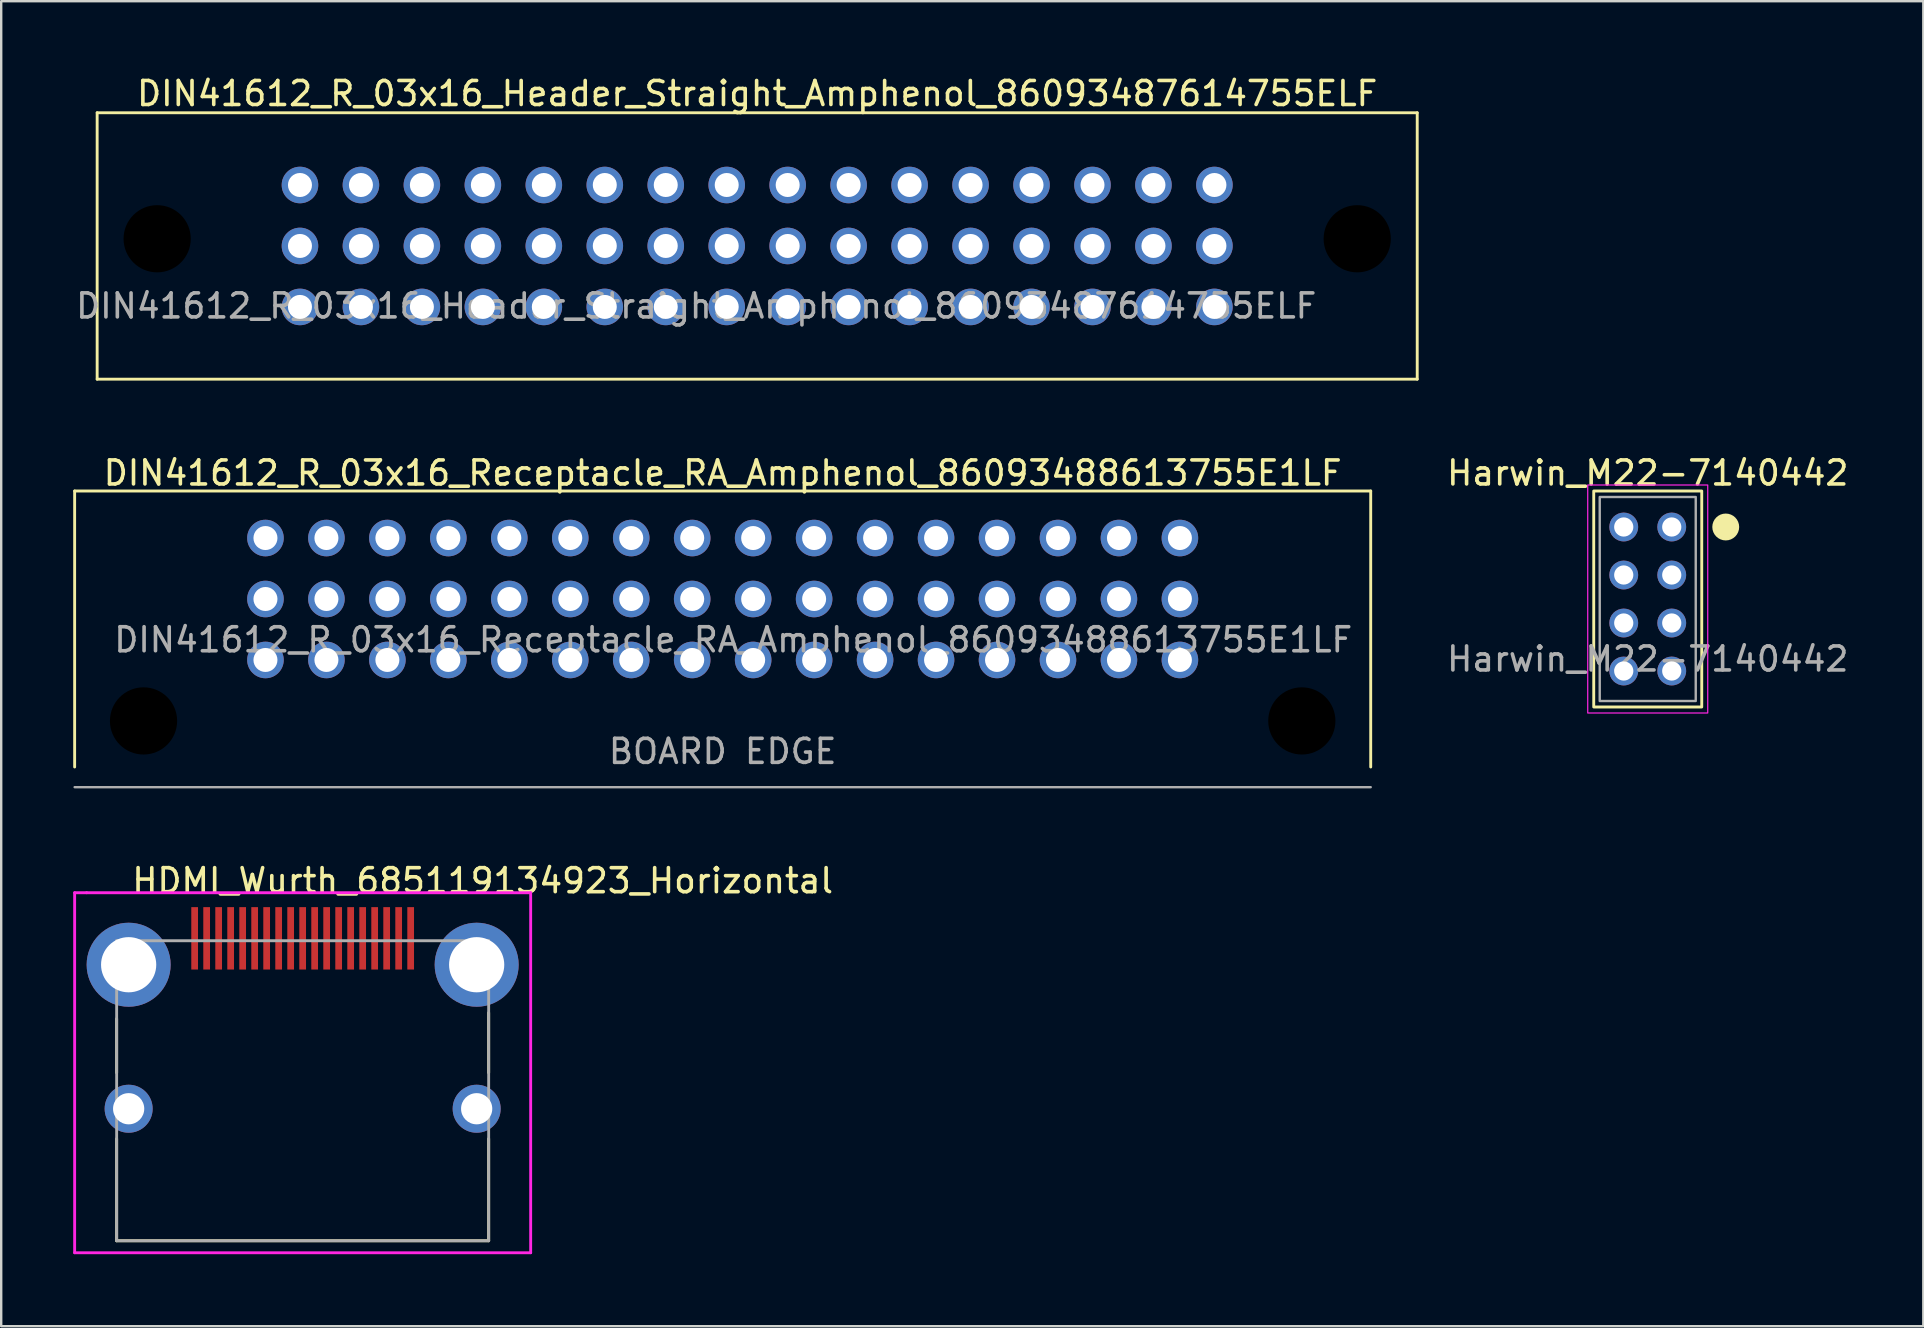
<source format=kicad_pcb>
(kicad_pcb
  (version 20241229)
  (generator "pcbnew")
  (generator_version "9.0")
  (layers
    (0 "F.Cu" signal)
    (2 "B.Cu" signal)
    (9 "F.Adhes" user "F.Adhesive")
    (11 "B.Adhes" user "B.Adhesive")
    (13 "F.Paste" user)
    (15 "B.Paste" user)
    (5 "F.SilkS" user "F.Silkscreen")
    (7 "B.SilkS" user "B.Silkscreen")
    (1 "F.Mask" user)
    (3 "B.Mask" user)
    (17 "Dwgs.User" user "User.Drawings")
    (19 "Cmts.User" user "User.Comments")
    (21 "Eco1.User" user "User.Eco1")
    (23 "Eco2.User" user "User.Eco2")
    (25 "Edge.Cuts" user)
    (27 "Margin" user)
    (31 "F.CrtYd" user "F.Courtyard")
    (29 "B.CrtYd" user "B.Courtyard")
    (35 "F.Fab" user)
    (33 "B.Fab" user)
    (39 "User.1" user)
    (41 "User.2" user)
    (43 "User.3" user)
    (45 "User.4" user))
  (footprint "HDMI_Wurth_685119134923_Horizontal"
    (layer "F.Cu")
    (at 9.56 43.145)
    (property "Reference" "HDMI_Wurth_685119134923_Horizontal" (at 7.5 -9.5 0) (layer "F.SilkS") (effects (font (size 1 1) (thickness 0.15))))
    (attr through_hole)
    (fp_line (start -7.75 -1.5) (end -7.75 -3.75) (stroke (width 0.12) (type solid)) (layer "F.SilkS"))
    (fp_line (start -7.75 5.5) (end -7.75 1.25) (stroke (width 0.12) (type solid)) (layer "F.SilkS"))
    (fp_line (start -7.75 5.5) (end 7.75 5.5) (stroke (width 0.12) (type solid)) (layer "F.SilkS"))
    (fp_line (start 7.75 -1.5) (end 7.75 -4) (stroke (width 0.12) (type solid)) (layer "F.SilkS"))
    (fp_line (start 7.75 5.5) (end 7.75 1.25) (stroke (width 0.12) (type solid)) (layer "F.SilkS"))
    (fp_line (start -9.5 -9) (end -9 -9) (stroke (width 0.12) (type solid)) (layer "F.CrtYd"))
    (fp_line (start -9.5 6) (end -9.5 -9) (stroke (width 0.12) (type solid)) (layer "F.CrtYd"))
    (fp_line (start -9 -9) (end 9.5 -9) (stroke (width 0.12) (type solid)) (layer "F.CrtYd"))
    (fp_line (start 9.5 -9) (end 9.5 6) (stroke (width 0.12) (type solid)) (layer "F.CrtYd"))
    (fp_line (start 9.5 6) (end -9.5 6) (stroke (width 0.12) (type solid)) (layer "F.CrtYd"))
    (fp_line (start -7.75 -7) (end 7.75 -7) (stroke (width 0.12) (type solid)) (layer "F.Fab"))
    (fp_line (start -7.75 5.5) (end -7.75 -7) (stroke (width 0.12) (type solid)) (layer "F.Fab"))
    (fp_line (start 7.75 -7) (end 7.75 5.5) (stroke (width 0.12) (type solid)) (layer "F.Fab"))
    (fp_line (start 7.75 5.5) (end -7.75 5.5) (stroke (width 0.12) (type solid)) (layer "F.Fab"))
    (pad "1" smd rect (at 4.5 -7.1) (size 0.28 2.6) (layers "F.Cu" "F.Mask" "F.Paste"))
    (pad "2" smd rect (at 4 -7.1) (size 0.28 2.6) (layers "F.Cu" "F.Mask" "F.Paste"))
    (pad "3" smd rect (at 3.5 -7.1) (size 0.28 2.6) (layers "F.Cu" "F.Mask" "F.Paste"))
    (pad "4" smd rect (at 3 -7.1) (size 0.28 2.6) (layers "F.Cu" "F.Mask" "F.Paste"))
    (pad "5" smd rect (at 2.5 -7.1) (size 0.28 2.6) (layers "F.Cu" "F.Mask" "F.Paste"))
    (pad "6" smd rect (at 2 -7.1) (size 0.28 2.6) (layers "F.Cu" "F.Mask" "F.Paste"))
    (pad "7" smd rect (at 1.5 -7.1) (size 0.28 2.6) (layers "F.Cu" "F.Mask" "F.Paste"))
    (pad "8" smd rect (at 1 -7.1) (size 0.28 2.6) (layers "F.Cu" "F.Mask" "F.Paste"))
    (pad "9" smd rect (at 0.5 -7.1) (size 0.28 2.6) (layers "F.Cu" "F.Mask" "F.Paste"))
    (pad "10" smd rect (at 0 -7.1) (size 0.28 2.6) (layers "F.Cu" "F.Mask" "F.Paste"))
    (pad "11" smd rect (at -0.5 -7.1) (size 0.28 2.6) (layers "F.Cu" "F.Mask" "F.Paste"))
    (pad "12" smd rect (at -1 -7.1) (size 0.28 2.6) (layers "F.Cu" "F.Mask" "F.Paste"))
    (pad "13" smd rect (at -1.5 -7.1) (size 0.28 2.6) (layers "F.Cu" "F.Mask" "F.Paste"))
    (pad "14" smd rect (at -2 -7.1) (size 0.28 2.6) (layers "F.Cu" "F.Mask" "F.Paste"))
    (pad "15" smd rect (at -2.5 -7.1) (size 0.28 2.6) (layers "F.Cu" "F.Mask" "F.Paste"))
    (pad "16" smd rect (at -3 -7.1) (size 0.28 2.6) (layers "F.Cu" "F.Mask" "F.Paste"))
    (pad "17" smd rect (at -3.5 -7.1) (size 0.28 2.6) (layers "F.Cu" "F.Mask" "F.Paste"))
    (pad "18" smd rect (at -4 -7.1) (size 0.28 2.6) (layers "F.Cu" "F.Mask" "F.Paste"))
    (pad "19" smd rect (at -4.5 -7.1) (size 0.28 2.6) (layers "F.Cu" "F.Mask" "F.Paste"))
    (pad "SH" thru_hole circle (at -7.25 -6) (size 3.5 3.5) (drill 2.3) (layers "*.Cu" "*.Mask"))
    (pad "SH" thru_hole circle (at -7.25 0) (size 2 2) (drill 1.3) (layers "*.Cu" "*.Mask"))
    (pad "SH" thru_hole circle (at 7.25 -6) (size 3.5 3.5) (drill 2.3) (layers "*.Cu" "*.Mask"))
    (pad "SH" thru_hole circle (at 7.25 0) (size 2 2) (drill 1.3) (layers "*.Cu" "*.Mask")))
  (footprint "DIN41612_R_03x16_Receptacle_RA_Amphenol_86093488613755E1LF"
    (layer "F.Cu")
    (at 27.06 21.907)
    (property "Reference" "DIN41612_R_03x16_Receptacle_RA_Amphenol_86093488613755E1LF" (at 0 -5.25 0) (unlocked yes) (layer "F.SilkS") (effects (font (size 1 1) (thickness 0.15))))
    (fp_line (start -27 -4.5) (end -27 7) (stroke (width 0.12) (type solid)) (layer "F.SilkS"))
    (fp_line (start -27 -4.5) (end 27 -4.5) (stroke (width 0.12) (type solid)) (layer "F.SilkS"))
    (fp_line (start 27 -4.5) (end 27 7) (stroke (width 0.12) (type solid)) (layer "F.SilkS"))
    (fp_line (start -27 7.84) (end 27 7.84) (stroke (width 0.1) (type solid)) (layer "F.Fab"))
    (fp_text user "${REFERENCE}" (at 0.44 1.7 0) (unlocked yes) (layer "F.Fab") (effects (font (size 1 1) (thickness 0.15))))
    (fp_text user "BOARD EDGE" (at 0 6.35 0) (unlocked yes) (layer "F.Fab") (effects (font (size 1 1) (thickness 0.15))))
    (pad "" np_thru_hole circle (at -24.13 5.08) (size 2.8 2.8) (drill 2.8) (layers "*.Mask"))
    (pad "" np_thru_hole circle (at 24.13 5.08) (size 2.8 2.8) (drill 2.8) (layers "*.Mask"))
    (pad "a1" thru_hole circle (at 19.05 2.54) (size 1.524 1.524) (drill 1) (layers "*.Cu" "*.Mask"))
    (pad "a2" thru_hole circle (at 16.51 2.54) (size 1.524 1.524) (drill 1) (layers "*.Cu" "*.Mask"))
    (pad "a3" thru_hole circle (at 13.97 2.54) (size 1.524 1.524) (drill 1) (layers "*.Cu" "*.Mask"))
    (pad "a4" thru_hole circle (at 11.43 2.54) (size 1.524 1.524) (drill 1) (layers "*.Cu" "*.Mask"))
    (pad "a5" thru_hole circle (at 8.89 2.54) (size 1.524 1.524) (drill 1) (layers "*.Cu" "*.Mask"))
    (pad "a6" thru_hole circle (at 6.35 2.54) (size 1.524 1.524) (drill 1) (layers "*.Cu" "*.Mask"))
    (pad "a7" thru_hole circle (at 3.81 2.54) (size 1.524 1.524) (drill 1) (layers "*.Cu" "*.Mask"))
    (pad "a8" thru_hole circle (at 1.27 2.54) (size 1.524 1.524) (drill 1) (layers "*.Cu" "*.Mask"))
    (pad "a9" thru_hole circle (at -1.27 2.54) (size 1.524 1.524) (drill 1) (layers "*.Cu" "*.Mask"))
    (pad "a10" thru_hole circle (at -3.81 2.54) (size 1.524 1.524) (drill 1) (layers "*.Cu" "*.Mask"))
    (pad "a11" thru_hole circle (at -6.35 2.54) (size 1.524 1.524) (drill 1) (layers "*.Cu" "*.Mask"))
    (pad "a12" thru_hole circle (at -8.89 2.54) (size 1.524 1.524) (drill 1) (layers "*.Cu" "*.Mask"))
    (pad "a13" thru_hole circle (at -11.43 2.54) (size 1.524 1.524) (drill 1) (layers "*.Cu" "*.Mask"))
    (pad "a14" thru_hole circle (at -13.97 2.54) (size 1.524 1.524) (drill 1) (layers "*.Cu" "*.Mask"))
    (pad "a15" thru_hole circle (at -16.51 2.54) (size 1.524 1.524) (drill 1) (layers "*.Cu" "*.Mask"))
    (pad "a16" thru_hole circle (at -19.05 2.54) (size 1.524 1.524) (drill 1) (layers "*.Cu" "*.Mask"))
    (pad "b1" thru_hole circle (at 19.05 0) (size 1.524 1.524) (drill 1) (layers "*.Cu" "*.Mask"))
    (pad "b2" thru_hole circle (at 16.51 0) (size 1.524 1.524) (drill 1) (layers "*.Cu" "*.Mask"))
    (pad "b3" thru_hole circle (at 13.97 0) (size 1.524 1.524) (drill 1) (layers "*.Cu" "*.Mask"))
    (pad "b4" thru_hole circle (at 11.43 0) (size 1.524 1.524) (drill 1) (layers "*.Cu" "*.Mask"))
    (pad "b5" thru_hole circle (at 8.89 0) (size 1.524 1.524) (drill 1) (layers "*.Cu" "*.Mask"))
    (pad "b6" thru_hole circle (at 6.35 0) (size 1.524 1.524) (drill 1) (layers "*.Cu" "*.Mask"))
    (pad "b7" thru_hole circle (at 3.81 0) (size 1.524 1.524) (drill 1) (layers "*.Cu" "*.Mask"))
    (pad "b8" thru_hole circle (at 1.27 0) (size 1.524 1.524) (drill 1) (layers "*.Cu" "*.Mask"))
    (pad "b9" thru_hole circle (at -1.27 0) (size 1.524 1.524) (drill 1) (layers "*.Cu" "*.Mask"))
    (pad "b10" thru_hole circle (at -3.81 0) (size 1.524 1.524) (drill 1) (layers "*.Cu" "*.Mask"))
    (pad "b11" thru_hole circle (at -6.35 0) (size 1.524 1.524) (drill 1) (layers "*.Cu" "*.Mask"))
    (pad "b12" thru_hole circle (at -8.89 0) (size 1.524 1.524) (drill 1) (layers "*.Cu" "*.Mask"))
    (pad "b13" thru_hole circle (at -11.43 0) (size 1.524 1.524) (drill 1) (layers "*.Cu" "*.Mask"))
    (pad "b14" thru_hole circle (at -13.97 0) (size 1.524 1.524) (drill 1) (layers "*.Cu" "*.Mask"))
    (pad "b15" thru_hole circle (at -16.51 0) (size 1.524 1.524) (drill 1) (layers "*.Cu" "*.Mask"))
    (pad "b16" thru_hole circle (at -19.05 0) (size 1.524 1.524) (drill 1) (layers "*.Cu" "*.Mask"))
    (pad "c1" thru_hole circle (at 19.05 -2.54) (size 1.524 1.524) (drill 1) (layers "*.Cu" "*.Mask"))
    (pad "c2" thru_hole circle (at 16.51 -2.54) (size 1.524 1.524) (drill 1) (layers "*.Cu" "*.Mask"))
    (pad "c3" thru_hole circle (at 13.97 -2.54) (size 1.524 1.524) (drill 1) (layers "*.Cu" "*.Mask"))
    (pad "c4" thru_hole circle (at 11.43 -2.54) (size 1.524 1.524) (drill 1) (layers "*.Cu" "*.Mask"))
    (pad "c5" thru_hole circle (at 8.89 -2.54) (size 1.524 1.524) (drill 1) (layers "*.Cu" "*.Mask"))
    (pad "c6" thru_hole circle (at 6.35 -2.54) (size 1.524 1.524) (drill 1) (layers "*.Cu" "*.Mask"))
    (pad "c7" thru_hole circle (at 3.81 -2.54) (size 1.524 1.524) (drill 1) (layers "*.Cu" "*.Mask"))
    (pad "c8" thru_hole circle (at 1.27 -2.54) (size 1.524 1.524) (drill 1) (layers "*.Cu" "*.Mask"))
    (pad "c9" thru_hole circle (at -1.27 -2.54) (size 1.524 1.524) (drill 1) (layers "*.Cu" "*.Mask"))
    (pad "c10" thru_hole circle (at -3.81 -2.54) (size 1.524 1.524) (drill 1) (layers "*.Cu" "*.Mask"))
    (pad "c11" thru_hole circle (at -6.35 -2.54) (size 1.524 1.524) (drill 1) (layers "*.Cu" "*.Mask"))
    (pad "c12" thru_hole circle (at -8.89 -2.54) (size 1.524 1.524) (drill 1) (layers "*.Cu" "*.Mask"))
    (pad "c13" thru_hole circle (at -11.43 -2.54) (size 1.524 1.524) (drill 1) (layers "*.Cu" "*.Mask"))
    (pad "c14" thru_hole circle (at -13.97 -2.54) (size 1.524 1.524) (drill 1) (layers "*.Cu" "*.Mask"))
    (pad "c15" thru_hole circle (at -16.51 -2.54) (size 1.524 1.524) (drill 1) (layers "*.Cu" "*.Mask"))
    (pad "c16" thru_hole circle (at -19.05 -2.54) (size 1.524 1.524) (drill 1) (layers "*.Cu" "*.Mask")))
  (footprint "DIN41612_R_03x16_Header_Straight_Amphenol_86093487614755ELF"
    (layer "F.Cu")
    (at 28.498 7.198)
    (property "Reference" "DIN41612_R_03x16_Header_Straight_Amphenol_86093487614755ELF" (at 0 -6.35 0) (unlocked yes) (layer "F.SilkS") (effects (font (size 1 1) (thickness 0.15))))
    (fp_line (start -27.5 -5.55) (end -27.5 5.55) (stroke (width 0.12) (type solid)) (layer "F.SilkS"))
    (fp_line (start -27.5 -5.55) (end 27.5 -5.55) (stroke (width 0.12) (type solid)) (layer "F.SilkS"))
    (fp_line (start -27.5 5.55) (end 27.5 5.55) (stroke (width 0.12) (type solid)) (layer "F.SilkS"))
    (fp_line (start 27.5 -5.55) (end 27.5 5.55) (stroke (width 0.12) (type solid)) (layer "F.SilkS"))
    (fp_text user "${REFERENCE}" (at -2.54 2.5 0) (unlocked yes) (layer "F.Fab") (effects (font (size 1 1) (thickness 0.15))))
    (pad "" np_thru_hole circle (at -25 -0.3) (size 2.8 2.8) (drill 2.8) (layers "*.Mask"))
    (pad "" np_thru_hole circle (at 25 -0.3) (size 2.8 2.8) (drill 2.8) (layers "*.Mask"))
    (pad "a1" thru_hole circle (at 19.05 -2.54) (size 1.524 1.524) (drill 1) (layers "*.Cu" "*.Mask"))
    (pad "a2" thru_hole circle (at 16.51 -2.54) (size 1.524 1.524) (drill 1) (layers "*.Cu" "*.Mask"))
    (pad "a3" thru_hole circle (at 13.97 -2.54) (size 1.524 1.524) (drill 1) (layers "*.Cu" "*.Mask"))
    (pad "a4" thru_hole circle (at 11.43 -2.54) (size 1.524 1.524) (drill 1) (layers "*.Cu" "*.Mask"))
    (pad "a5" thru_hole circle (at 8.89 -2.54) (size 1.524 1.524) (drill 1) (layers "*.Cu" "*.Mask"))
    (pad "a6" thru_hole circle (at 6.35 -2.54) (size 1.524 1.524) (drill 1) (layers "*.Cu" "*.Mask"))
    (pad "a7" thru_hole circle (at 3.81 -2.54) (size 1.524 1.524) (drill 1) (layers "*.Cu" "*.Mask"))
    (pad "a8" thru_hole circle (at 1.27 -2.54) (size 1.524 1.524) (drill 1) (layers "*.Cu" "*.Mask"))
    (pad "a9" thru_hole circle (at -1.27 -2.54) (size 1.524 1.524) (drill 1) (layers "*.Cu" "*.Mask"))
    (pad "a10" thru_hole circle (at -3.81 -2.54) (size 1.524 1.524) (drill 1) (layers "*.Cu" "*.Mask"))
    (pad "a11" thru_hole circle (at -6.35 -2.54) (size 1.524 1.524) (drill 1) (layers "*.Cu" "*.Mask"))
    (pad "a12" thru_hole circle (at -8.89 -2.54) (size 1.524 1.524) (drill 1) (layers "*.Cu" "*.Mask"))
    (pad "a13" thru_hole circle (at -11.43 -2.54) (size 1.524 1.524) (drill 1) (layers "*.Cu" "*.Mask"))
    (pad "a14" thru_hole circle (at -13.97 -2.54) (size 1.524 1.524) (drill 1) (layers "*.Cu" "*.Mask"))
    (pad "a15" thru_hole circle (at -16.51 -2.54) (size 1.524 1.524) (drill 1) (layers "*.Cu" "*.Mask"))
    (pad "a16" thru_hole circle (at -19.05 -2.54) (size 1.524 1.524) (drill 1) (layers "*.Cu" "*.Mask"))
    (pad "b1" thru_hole circle (at 19.05 0) (size 1.524 1.524) (drill 1) (layers "*.Cu" "*.Mask"))
    (pad "b2" thru_hole circle (at 16.51 0) (size 1.524 1.524) (drill 1) (layers "*.Cu" "*.Mask"))
    (pad "b3" thru_hole circle (at 13.97 0) (size 1.524 1.524) (drill 1) (layers "*.Cu" "*.Mask"))
    (pad "b4" thru_hole circle (at 11.43 0) (size 1.524 1.524) (drill 1) (layers "*.Cu" "*.Mask"))
    (pad "b5" thru_hole circle (at 8.89 0) (size 1.524 1.524) (drill 1) (layers "*.Cu" "*.Mask"))
    (pad "b6" thru_hole circle (at 6.35 0) (size 1.524 1.524) (drill 1) (layers "*.Cu" "*.Mask"))
    (pad "b7" thru_hole circle (at 3.81 0) (size 1.524 1.524) (drill 1) (layers "*.Cu" "*.Mask"))
    (pad "b8" thru_hole circle (at 1.27 0) (size 1.524 1.524) (drill 1) (layers "*.Cu" "*.Mask"))
    (pad "b9" thru_hole circle (at -1.27 0) (size 1.524 1.524) (drill 1) (layers "*.Cu" "*.Mask"))
    (pad "b10" thru_hole circle (at -3.81 0) (size 1.524 1.524) (drill 1) (layers "*.Cu" "*.Mask"))
    (pad "b11" thru_hole circle (at -6.35 0) (size 1.524 1.524) (drill 1) (layers "*.Cu" "*.Mask"))
    (pad "b12" thru_hole circle (at -8.89 0) (size 1.524 1.524) (drill 1) (layers "*.Cu" "*.Mask"))
    (pad "b13" thru_hole circle (at -11.43 0) (size 1.524 1.524) (drill 1) (layers "*.Cu" "*.Mask"))
    (pad "b14" thru_hole circle (at -13.97 0) (size 1.524 1.524) (drill 1) (layers "*.Cu" "*.Mask"))
    (pad "b15" thru_hole circle (at -16.51 0) (size 1.524 1.524) (drill 1) (layers "*.Cu" "*.Mask"))
    (pad "b16" thru_hole circle (at -19.05 0) (size 1.524 1.524) (drill 1) (layers "*.Cu" "*.Mask"))
    (pad "c1" thru_hole circle (at 19.05 2.54) (size 1.524 1.524) (drill 1) (layers "*.Cu" "*.Mask"))
    (pad "c2" thru_hole circle (at 16.51 2.54) (size 1.524 1.524) (drill 1) (layers "*.Cu" "*.Mask"))
    (pad "c3" thru_hole circle (at 13.97 2.54) (size 1.524 1.524) (drill 1) (layers "*.Cu" "*.Mask"))
    (pad "c4" thru_hole circle (at 11.43 2.54) (size 1.524 1.524) (drill 1) (layers "*.Cu" "*.Mask"))
    (pad "c5" thru_hole circle (at 8.89 2.54) (size 1.524 1.524) (drill 1) (layers "*.Cu" "*.Mask"))
    (pad "c6" thru_hole circle (at 6.35 2.54) (size 1.524 1.524) (drill 1) (layers "*.Cu" "*.Mask"))
    (pad "c7" thru_hole circle (at 3.81 2.54) (size 1.524 1.524) (drill 1) (layers "*.Cu" "*.Mask"))
    (pad "c8" thru_hole circle (at 1.27 2.54) (size 1.524 1.524) (drill 1) (layers "*.Cu" "*.Mask"))
    (pad "c9" thru_hole circle (at -1.27 2.54) (size 1.524 1.524) (drill 1) (layers "*.Cu" "*.Mask"))
    (pad "c10" thru_hole circle (at -3.81 2.54) (size 1.524 1.524) (drill 1) (layers "*.Cu" "*.Mask"))
    (pad "c11" thru_hole circle (at -6.35 2.54) (size 1.524 1.524) (drill 1) (layers "*.Cu" "*.Mask"))
    (pad "c12" thru_hole circle (at -8.89 2.54) (size 1.524 1.524) (drill 1) (layers "*.Cu" "*.Mask"))
    (pad "c13" thru_hole circle (at -11.43 2.54) (size 1.524 1.524) (drill 1) (layers "*.Cu" "*.Mask"))
    (pad "c14" thru_hole circle (at -13.97 2.54) (size 1.524 1.524) (drill 1) (layers "*.Cu" "*.Mask"))
    (pad "c15" thru_hole circle (at -16.51 2.54) (size 1.524 1.524) (drill 1) (layers "*.Cu" "*.Mask"))
    (pad "c16" thru_hole circle (at -19.05 2.54) (size 1.524 1.524) (drill 1) (layers "*.Cu" "*.Mask")))
  (footprint "Harwin_M22-7140442"
    (layer "F.Cu")
    (at 65.602 21.907)
    (property "Reference" "Harwin_M22-7140442" (at 0 -5.25 0) (unlocked yes) (layer "F.SilkS") (effects (font (size 1 1) (thickness 0.15))))
    (attr through_hole)
    (fp_rect (start -2.25 -4.5) (end 2.25 4.5) (stroke (width 0.12) (type default)) (fill no) (layer "F.SilkS"))
    (fp_circle (center 3.25 -3) (end 3.75 -3) (stroke (width 0.12) (type solid)) (fill yes) (layer "F.SilkS"))
    (fp_rect (start -2.5 -4.75) (end 2.5 4.75) (stroke (width 0.05) (type default)) (fill no) (layer "F.CrtYd"))
    (fp_rect (start -2 -4.25) (end 2 4.25) (stroke (width 0.1) (type default)) (fill no) (layer "F.Fab"))
    (fp_text user "${REFERENCE}" (at 0 2.5 0) (unlocked yes) (layer "F.Fab") (effects (font (size 1 1) (thickness 0.15))))
    (pad "1" thru_hole circle (at 1 -3) (size 1.2 1.2) (drill 0.8) (layers "*.Cu" "*.Mask"))
    (pad "2" thru_hole circle (at -1 -3) (size 1.2 1.2) (drill 0.8) (layers "*.Cu" "*.Mask"))
    (pad "3" thru_hole circle (at 1 -1) (size 1.2 1.2) (drill 0.8) (layers "*.Cu" "*.Mask"))
    (pad "4" thru_hole circle (at -1 -1) (size 1.2 1.2) (drill 0.8) (layers "*.Cu" "*.Mask"))
    (pad "5" thru_hole circle (at 1 1) (size 1.2 1.2) (drill 0.8) (layers "*.Cu" "*.Mask"))
    (pad "6" thru_hole circle (at -1 1) (size 1.2 1.2) (drill 0.8) (layers "*.Cu" "*.Mask"))
    (pad "7" thru_hole circle (at 1 3) (size 1.2 1.2) (drill 0.8) (layers "*.Cu" "*.Mask"))
    (pad "8" thru_hole circle (at -1 3) (size 1.2 1.2) (drill 0.8) (layers "*.Cu" "*.Mask")))
  (gr_rect
    (start -3 -3)
    (end 77.084 52.205)
    (stroke (width 0.1) (type default))
    (fill no)
    (layer "Edge.Cuts")))
</source>
